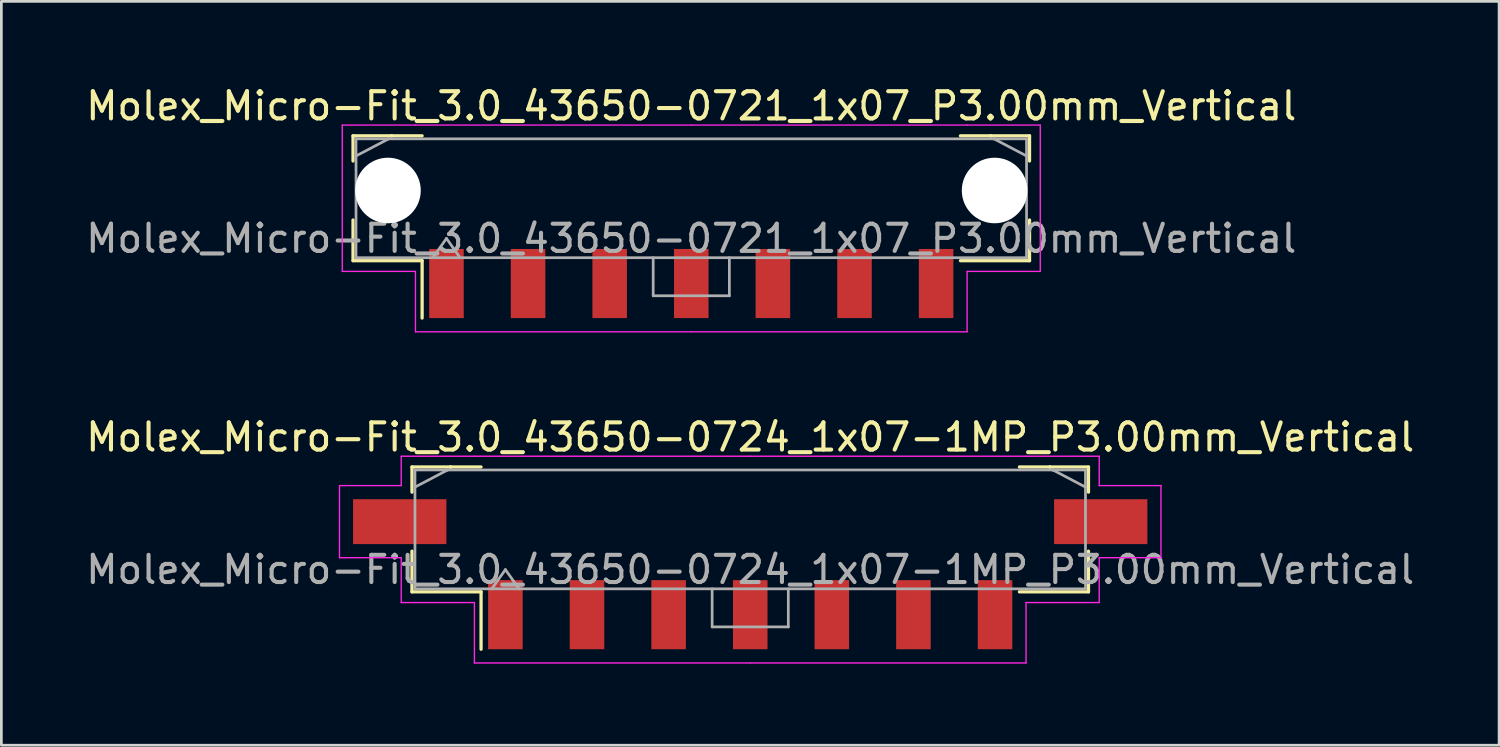
<source format=kicad_pcb>
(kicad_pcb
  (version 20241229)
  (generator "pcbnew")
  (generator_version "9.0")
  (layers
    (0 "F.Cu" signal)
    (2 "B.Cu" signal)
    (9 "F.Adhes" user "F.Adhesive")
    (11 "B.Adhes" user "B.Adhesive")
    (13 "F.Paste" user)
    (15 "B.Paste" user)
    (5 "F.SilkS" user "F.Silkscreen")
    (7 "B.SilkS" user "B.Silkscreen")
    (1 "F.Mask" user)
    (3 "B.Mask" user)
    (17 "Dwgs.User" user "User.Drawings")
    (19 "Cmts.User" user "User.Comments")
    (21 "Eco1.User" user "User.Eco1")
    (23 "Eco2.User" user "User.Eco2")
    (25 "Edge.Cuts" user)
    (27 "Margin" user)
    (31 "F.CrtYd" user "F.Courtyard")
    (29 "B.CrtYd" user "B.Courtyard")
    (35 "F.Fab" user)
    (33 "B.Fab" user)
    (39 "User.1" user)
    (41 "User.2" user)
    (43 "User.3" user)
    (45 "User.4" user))
  (footprint "Molex_Micro-Fit_3.0_43650-0724_1x07-1MP_P3.00mm_Vertical"
    (layer "F.Cu")
    (at 24.53 16.412)
    (property "Reference" "Molex_Micro-Fit_3.0_43650-0724_1x07-1MP_P3.00mm_Vertical" (at 0 -3.39 0) (layer "F.SilkS") (effects (font (size 1 1) (thickness 0.15))))
    (attr smd)
    (fp_line (start -12.435 -2.295) (end -11.015 -2.295) (stroke (width 0.12) (type solid)) (layer "F.SilkS"))
    (fp_line (start -12.435 -1.37) (end -12.435 -2.295) (stroke (width 0.12) (type solid)) (layer "F.SilkS"))
    (fp_line (start -12.435 0.8) (end -12.435 2.295) (stroke (width 0.12) (type solid)) (layer "F.SilkS"))
    (fp_line (start -12.435 2.295) (end -9.895 2.295) (stroke (width 0.12) (type solid)) (layer "F.SilkS"))
    (fp_line (start -11.015 -2.295) (end -11.015 -2.295) (stroke (width 0.12) (type solid)) (layer "F.SilkS"))
    (fp_line (start -11.015 -2.295) (end -9.895 -2.295) (stroke (width 0.12) (type solid)) (layer "F.SilkS"))
    (fp_line (start -9.895 2.295) (end -9.895 4.405) (stroke (width 0.12) (type solid)) (layer "F.SilkS"))
    (fp_line (start 11.015 -2.295) (end 9.895 -2.295) (stroke (width 0.12) (type solid)) (layer "F.SilkS"))
    (fp_line (start 11.015 -2.295) (end 11.015 -2.295) (stroke (width 0.12) (type solid)) (layer "F.SilkS"))
    (fp_line (start 12.435 -2.295) (end 11.015 -2.295) (stroke (width 0.12) (type solid)) (layer "F.SilkS"))
    (fp_line (start 12.435 -1.37) (end 12.435 -2.295) (stroke (width 0.12) (type solid)) (layer "F.SilkS"))
    (fp_line (start 12.435 0.8) (end 12.435 2.295) (stroke (width 0.12) (type solid)) (layer "F.SilkS"))
    (fp_line (start 12.435 2.295) (end 9.895 2.295) (stroke (width 0.12) (type solid)) (layer "F.SilkS"))
    (fp_line (start -15.1 -1.61) (end -15.1 1.04) (stroke (width 0.05) (type solid)) (layer "F.CrtYd"))
    (fp_line (start -15.1 1.04) (end -12.83 1.04) (stroke (width 0.05) (type solid)) (layer "F.CrtYd"))
    (fp_line (start -12.83 -2.69) (end -12.83 -1.61) (stroke (width 0.05) (type solid)) (layer "F.CrtYd"))
    (fp_line (start -12.83 -1.61) (end -15.1 -1.61) (stroke (width 0.05) (type solid)) (layer "F.CrtYd"))
    (fp_line (start -12.83 1.04) (end -12.83 2.69) (stroke (width 0.05) (type solid)) (layer "F.CrtYd"))
    (fp_line (start -12.83 2.69) (end -10.14 2.69) (stroke (width 0.05) (type solid)) (layer "F.CrtYd"))
    (fp_line (start -10.14 -2.69) (end -12.83 -2.69) (stroke (width 0.05) (type solid)) (layer "F.CrtYd"))
    (fp_line (start -10.14 2.69) (end -10.14 4.91) (stroke (width 0.05) (type solid)) (layer "F.CrtYd"))
    (fp_line (start -10.14 4.91) (end 0 4.91) (stroke (width 0.05) (type solid)) (layer "F.CrtYd"))
    (fp_line (start 0 -2.69) (end -10.14 -2.69) (stroke (width 0.05) (type solid)) (layer "F.CrtYd"))
    (fp_line (start 0 -2.69) (end 10.14 -2.69) (stroke (width 0.05) (type solid)) (layer "F.CrtYd"))
    (fp_line (start 10.14 -2.69) (end 12.83 -2.69) (stroke (width 0.05) (type solid)) (layer "F.CrtYd"))
    (fp_line (start 10.14 2.69) (end 10.14 4.91) (stroke (width 0.05) (type solid)) (layer "F.CrtYd"))
    (fp_line (start 10.14 4.91) (end 0 4.91) (stroke (width 0.05) (type solid)) (layer "F.CrtYd"))
    (fp_line (start 12.83 -2.69) (end 12.83 -1.61) (stroke (width 0.05) (type solid)) (layer "F.CrtYd"))
    (fp_line (start 12.83 -1.61) (end 15.1 -1.61) (stroke (width 0.05) (type solid)) (layer "F.CrtYd"))
    (fp_line (start 12.83 1.04) (end 12.83 2.69) (stroke (width 0.05) (type solid)) (layer "F.CrtYd"))
    (fp_line (start 12.83 2.69) (end 10.14 2.69) (stroke (width 0.05) (type solid)) (layer "F.CrtYd"))
    (fp_line (start 15.1 -1.61) (end 15.1 1.04) (stroke (width 0.05) (type solid)) (layer "F.CrtYd"))
    (fp_line (start 15.1 1.04) (end 12.83 1.04) (stroke (width 0.05) (type solid)) (layer "F.CrtYd"))
    (fp_line (start -12.325 -2.185) (end -12.325 2.185) (stroke (width 0.1) (type solid)) (layer "F.Fab"))
    (fp_line (start -12.325 -1.555) (end -11.125 -2.185) (stroke (width 0.1) (type solid)) (layer "F.Fab"))
    (fp_line (start -12.325 2.185) (end 12.325 2.185) (stroke (width 0.1) (type solid)) (layer "F.Fab"))
    (fp_line (start -11.125 -2.185) (end -12.325 -2.185) (stroke (width 0.1) (type solid)) (layer "F.Fab"))
    (fp_line (start -11.125 -2.185) (end -11.125 -2.185) (stroke (width 0.1) (type solid)) (layer "F.Fab"))
    (fp_line (start -9.5 2.185) (end -9 1.478) (stroke (width 0.1) (type solid)) (layer "F.Fab"))
    (fp_line (start -9 1.478) (end -8.5 2.185) (stroke (width 0.1) (type solid)) (layer "F.Fab"))
    (fp_line (start -1.4 2.185) (end -1.4 3.585) (stroke (width 0.1) (type solid)) (layer "F.Fab"))
    (fp_line (start -1.4 3.585) (end 1.4 3.585) (stroke (width 0.1) (type solid)) (layer "F.Fab"))
    (fp_line (start 1.4 3.585) (end 1.4 2.185) (stroke (width 0.1) (type solid)) (layer "F.Fab"))
    (fp_line (start 11.125 -2.185) (end -11.125 -2.185) (stroke (width 0.1) (type solid)) (layer "F.Fab"))
    (fp_line (start 11.125 -2.185) (end 11.125 -2.185) (stroke (width 0.1) (type solid)) (layer "F.Fab"))
    (fp_line (start 12.325 -2.185) (end 11.125 -2.185) (stroke (width 0.1) (type solid)) (layer "F.Fab"))
    (fp_line (start 12.325 -1.555) (end 11.125 -2.185) (stroke (width 0.1) (type solid)) (layer "F.Fab"))
    (fp_line (start 12.325 2.185) (end 12.325 -2.185) (stroke (width 0.1) (type solid)) (layer "F.Fab"))
    (fp_text user "${REFERENCE}" (at 0 1.48 0) (layer "F.Fab") (effects (font (size 1 1) (thickness 0.15))))
    (pad "1" smd rect (at -9 3.135) (size 1.27 2.54) (layers "F.Cu" "F.Mask" "F.Paste"))
    (pad "2" smd rect (at -6 3.135) (size 1.27 2.54) (layers "F.Cu" "F.Mask" "F.Paste"))
    (pad "3" smd rect (at -3 3.135) (size 1.27 2.54) (layers "F.Cu" "F.Mask" "F.Paste"))
    (pad "4" smd rect (at 0 3.135) (size 1.27 2.54) (layers "F.Cu" "F.Mask" "F.Paste"))
    (pad "5" smd rect (at 3 3.135) (size 1.27 2.54) (layers "F.Cu" "F.Mask" "F.Paste"))
    (pad "6" smd rect (at 6 3.135) (size 1.27 2.54) (layers "F.Cu" "F.Mask" "F.Paste"))
    (pad "7" smd rect (at 9 3.135) (size 1.27 2.54) (layers "F.Cu" "F.Mask" "F.Paste"))
    (pad "MP" smd rect (at -12.885 -0.285) (size 3.43 1.65) (layers "F.Cu" "F.Mask" "F.Paste"))
    (pad "MP" smd rect (at 12.885 -0.285) (size 3.43 1.65) (layers "F.Cu" "F.Mask" "F.Paste")))
  (footprint "Molex_Micro-Fit_3.0_43650-0721_1x07_P3.00mm_Vertical"
    (layer "F.Cu")
    (at 22.363 4.238)
    (property "Reference" "Molex_Micro-Fit_3.0_43650-0721_1x07_P3.00mm_Vertical" (at 0 -3.39 0) (layer "F.SilkS") (effects (font (size 1 1) (thickness 0.15))))
    (attr smd)
    (fp_line (start -12.435 -2.295) (end -11.015 -2.295) (stroke (width 0.12) (type solid)) (layer "F.SilkS"))
    (fp_line (start -12.435 -1.37) (end -12.435 -2.295) (stroke (width 0.12) (type solid)) (layer "F.SilkS"))
    (fp_line (start -12.435 0.8) (end -12.435 2.295) (stroke (width 0.12) (type solid)) (layer "F.SilkS"))
    (fp_line (start -12.435 2.295) (end -9.895 2.295) (stroke (width 0.12) (type solid)) (layer "F.SilkS"))
    (fp_line (start -11.015 -2.295) (end -11.015 -2.295) (stroke (width 0.12) (type solid)) (layer "F.SilkS"))
    (fp_line (start -11.015 -2.295) (end -9.895 -2.295) (stroke (width 0.12) (type solid)) (layer "F.SilkS"))
    (fp_line (start -9.895 2.295) (end -9.895 4.405) (stroke (width 0.12) (type solid)) (layer "F.SilkS"))
    (fp_line (start 11.015 -2.295) (end 9.895 -2.295) (stroke (width 0.12) (type solid)) (layer "F.SilkS"))
    (fp_line (start 11.015 -2.295) (end 11.015 -2.295) (stroke (width 0.12) (type solid)) (layer "F.SilkS"))
    (fp_line (start 12.435 -2.295) (end 11.015 -2.295) (stroke (width 0.12) (type solid)) (layer "F.SilkS"))
    (fp_line (start 12.435 -1.37) (end 12.435 -2.295) (stroke (width 0.12) (type solid)) (layer "F.SilkS"))
    (fp_line (start 12.435 0.8) (end 12.435 2.295) (stroke (width 0.12) (type solid)) (layer "F.SilkS"))
    (fp_line (start 12.435 2.295) (end 9.895 2.295) (stroke (width 0.12) (type solid)) (layer "F.SilkS"))
    (fp_line (start -12.83 -2.69) (end -12.83 2.69) (stroke (width 0.05) (type solid)) (layer "F.CrtYd"))
    (fp_line (start -12.83 2.69) (end -10.14 2.69) (stroke (width 0.05) (type solid)) (layer "F.CrtYd"))
    (fp_line (start -10.14 -2.69) (end -12.83 -2.69) (stroke (width 0.05) (type solid)) (layer "F.CrtYd"))
    (fp_line (start -10.14 2.69) (end -10.14 4.91) (stroke (width 0.05) (type solid)) (layer "F.CrtYd"))
    (fp_line (start -10.14 4.91) (end 0 4.91) (stroke (width 0.05) (type solid)) (layer "F.CrtYd"))
    (fp_line (start 0 -2.69) (end -10.14 -2.69) (stroke (width 0.05) (type solid)) (layer "F.CrtYd"))
    (fp_line (start 0 -2.69) (end 10.14 -2.69) (stroke (width 0.05) (type solid)) (layer "F.CrtYd"))
    (fp_line (start 10.14 -2.69) (end 12.83 -2.69) (stroke (width 0.05) (type solid)) (layer "F.CrtYd"))
    (fp_line (start 10.14 2.69) (end 10.14 4.91) (stroke (width 0.05) (type solid)) (layer "F.CrtYd"))
    (fp_line (start 10.14 4.91) (end 0 4.91) (stroke (width 0.05) (type solid)) (layer "F.CrtYd"))
    (fp_line (start 12.83 -2.69) (end 12.83 2.69) (stroke (width 0.05) (type solid)) (layer "F.CrtYd"))
    (fp_line (start 12.83 2.69) (end 10.14 2.69) (stroke (width 0.05) (type solid)) (layer "F.CrtYd"))
    (fp_line (start -12.325 -2.185) (end -12.325 2.185) (stroke (width 0.1) (type solid)) (layer "F.Fab"))
    (fp_line (start -12.325 -1.555) (end -11.125 -2.185) (stroke (width 0.1) (type solid)) (layer "F.Fab"))
    (fp_line (start -12.325 2.185) (end 12.325 2.185) (stroke (width 0.1) (type solid)) (layer "F.Fab"))
    (fp_line (start -11.125 -2.185) (end -12.325 -2.185) (stroke (width 0.1) (type solid)) (layer "F.Fab"))
    (fp_line (start -11.125 -2.185) (end -11.125 -2.185) (stroke (width 0.1) (type solid)) (layer "F.Fab"))
    (fp_line (start -9.5 2.185) (end -9 1.478) (stroke (width 0.1) (type solid)) (layer "F.Fab"))
    (fp_line (start -9 1.478) (end -8.5 2.185) (stroke (width 0.1) (type solid)) (layer "F.Fab"))
    (fp_line (start -1.4 2.185) (end -1.4 3.585) (stroke (width 0.1) (type solid)) (layer "F.Fab"))
    (fp_line (start -1.4 3.585) (end 1.4 3.585) (stroke (width 0.1) (type solid)) (layer "F.Fab"))
    (fp_line (start 1.4 3.585) (end 1.4 2.185) (stroke (width 0.1) (type solid)) (layer "F.Fab"))
    (fp_line (start 11.125 -2.185) (end -11.125 -2.185) (stroke (width 0.1) (type solid)) (layer "F.Fab"))
    (fp_line (start 11.125 -2.185) (end 11.125 -2.185) (stroke (width 0.1) (type solid)) (layer "F.Fab"))
    (fp_line (start 12.325 -2.185) (end 11.125 -2.185) (stroke (width 0.1) (type solid)) (layer "F.Fab"))
    (fp_line (start 12.325 -1.555) (end 11.125 -2.185) (stroke (width 0.1) (type solid)) (layer "F.Fab"))
    (fp_line (start 12.325 2.185) (end 12.325 -2.185) (stroke (width 0.1) (type solid)) (layer "F.Fab"))
    (fp_text user "${REFERENCE}" (at 0 1.48 0) (layer "F.Fab") (effects (font (size 1 1) (thickness 0.15))))
    (pad "" np_thru_hole circle (at -11.15 -0.285) (size 2.41 2.41) (drill 2.41) (layers "*.Cu" "*.Mask"))
    (pad "" np_thru_hole circle (at 11.15 -0.285) (size 2.41 2.41) (drill 2.41) (layers "*.Cu" "*.Mask"))
    (pad "1" smd rect (at -9 3.135) (size 1.27 2.54) (layers "F.Cu" "F.Mask" "F.Paste"))
    (pad "2" smd rect (at -6 3.135) (size 1.27 2.54) (layers "F.Cu" "F.Mask" "F.Paste"))
    (pad "3" smd rect (at -3 3.135) (size 1.27 2.54) (layers "F.Cu" "F.Mask" "F.Paste"))
    (pad "4" smd rect (at 0 3.135) (size 1.27 2.54) (layers "F.Cu" "F.Mask" "F.Paste"))
    (pad "5" smd rect (at 3 3.135) (size 1.27 2.54) (layers "F.Cu" "F.Mask" "F.Paste"))
    (pad "6" smd rect (at 6 3.135) (size 1.27 2.54) (layers "F.Cu" "F.Mask" "F.Paste"))
    (pad "7" smd rect (at 9 3.135) (size 1.27 2.54) (layers "F.Cu" "F.Mask" "F.Paste")))
  (gr_rect
    (start -3 -3)
    (end 52.06 24.346)
    (stroke (width 0.1) (type default))
    (fill no)
    (layer "Edge.Cuts")))
</source>
